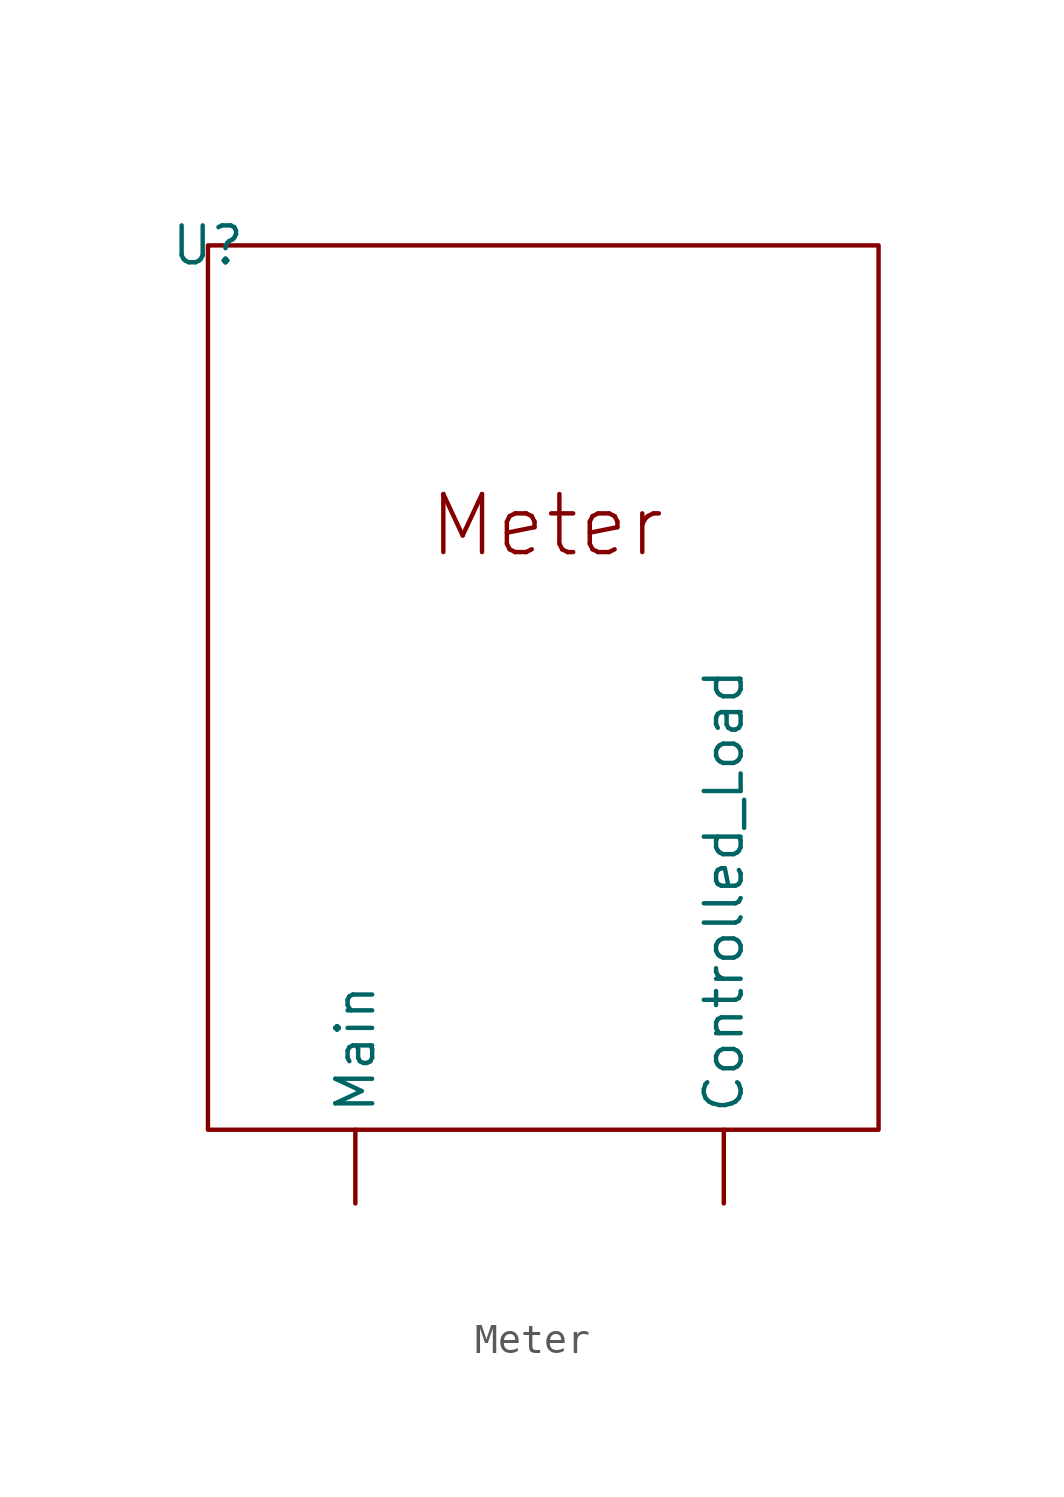
<source format=kicad_sym>
(kicad_symbol_lib
  (version 20220914)
  (generator kicad_symbol_editor)
  (symbol "Meter"
    (property "Reference" "U"
      (at 0 0 0)
      (effects (font (size 1.27 1.27))))
    (property "Value" ""
      (at 0 0 0)
      (effects (font (size 1.27 1.27))))
    (symbol "Meter_0_1"
      (rectangle (start 0 0) (end 23.114 -30.48) (stroke (width 0) (type default)) (fill (type none)))
      (text "Meter" (at 11.684 -9.652 0) (effects (font (size 2 2)))))
    (symbol "Meter_1_1"
      (pin output line (at 17.78 -33.02 90) (length 2.54) (name "Controlled_Load" (effects (font (size 1.27 1.27)))) (number "" (effects (font (size 1.27 1.27)))))
      (pin output line (at 5.08 -33.02 90) (length 2.54) (name "Main" (effects (font (size 1.27 1.27)))) (number "" (effects (font (size 1.27 1.27))))))))
</source>
